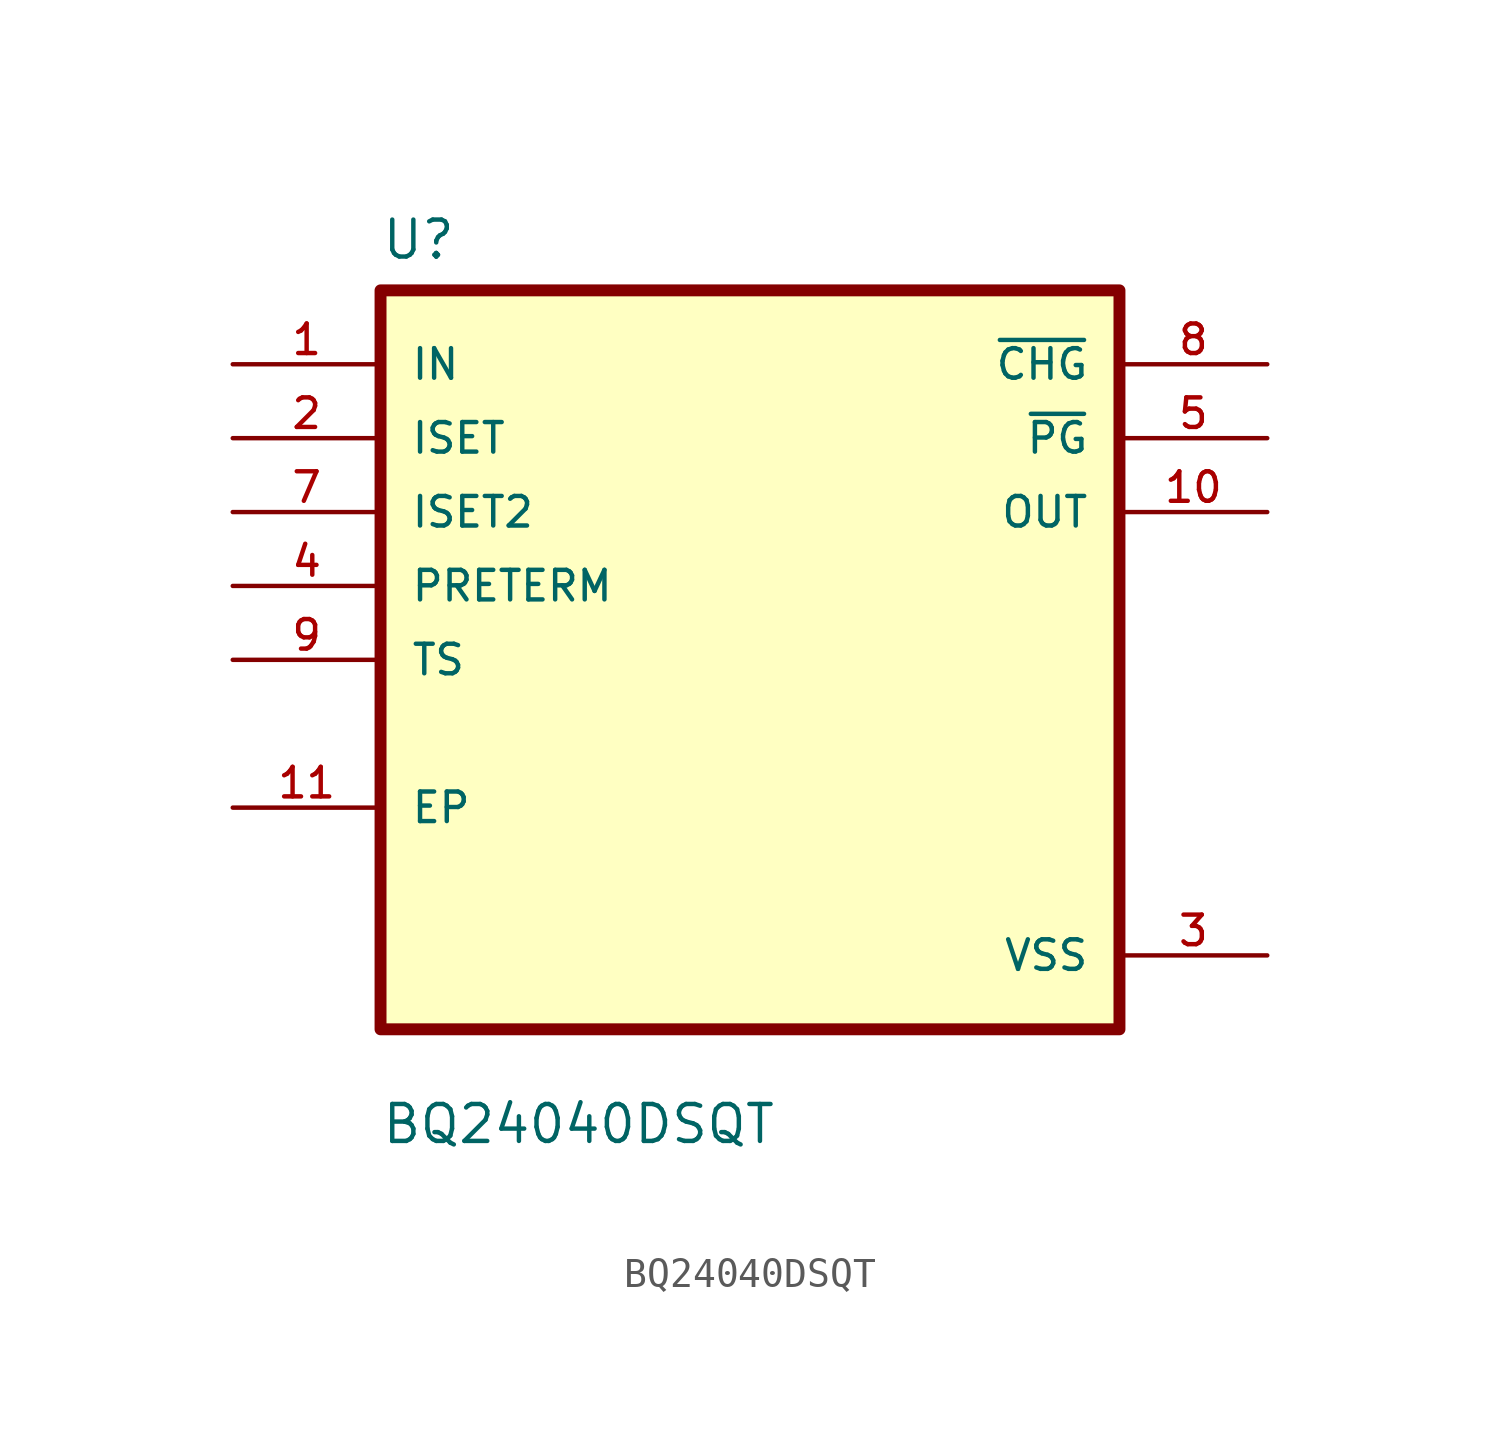
<source format=kicad_sym>
(kicad_symbol_lib
  (version 20211014)
  (generator kicad_symbol_editor)
  (symbol "BQ24040DSQT"
    (pin_names
      (offset 1.016))
    (property "Reference" "U"
      (at -12.7 13.7 0.0)
      (effects (font (size 1.27 1.27)) (justify bottom left)))
    (property "Value" "BQ24040DSQT"
      (at -12.7 -16.7 0.0)
      (effects (font (size 1.27 1.27)) (justify bottom left)))
    (symbol "BQ24040DSQT_0_0"
      (rectangle (start -12.7 -12.7) (end 12.7 12.7) (stroke (width 0.41)) (fill (type background)))
      (pin input line (at -17.78 10.16 0) (length 5.08) (name "IN" (effects (font (size 1.016 1.016)))) (number "1" (effects (font (size 1.016 1.016)))))
      (pin input line (at -17.78 7.62 0) (length 5.08) (name "ISET" (effects (font (size 1.016 1.016)))) (number "2" (effects (font (size 1.016 1.016)))))
      (pin input line (at -17.78 5.08 0) (length 5.08) (name "ISET2" (effects (font (size 1.016 1.016)))) (number "7" (effects (font (size 1.016 1.016)))))
      (pin input line (at -17.78 2.54 0) (length 5.08) (name "PRETERM" (effects (font (size 1.016 1.016)))) (number "4" (effects (font (size 1.016 1.016)))))
      (pin input line (at -17.78 0.0 0) (length 5.08) (name "TS" (effects (font (size 1.016 1.016)))) (number "9" (effects (font (size 1.016 1.016)))))
      (pin bidirectional line (at -17.78 -5.08 0) (length 5.08) (name "EP" (effects (font (size 1.016 1.016)))) (number "11" (effects (font (size 1.016 1.016)))))
      (pin output line (at 17.78 10.16 180.0) (length 5.08) (name "~{CHG}" (effects (font (size 1.016 1.016)))) (number "8" (effects (font (size 1.016 1.016)))))
      (pin output line (at 17.78 7.62 180.0) (length 5.08) (name "~{PG}" (effects (font (size 1.016 1.016)))) (number "5" (effects (font (size 1.016 1.016)))))
      (pin output line (at 17.78 5.08 180.0) (length 5.08) (name "OUT" (effects (font (size 1.016 1.016)))) (number "10" (effects (font (size 1.016 1.016)))))
      (pin power_in line (at 17.78 -10.16 180.0) (length 5.08) (name "VSS" (effects (font (size 1.016 1.016)))) (number "3" (effects (font (size 1.016 1.016))))))))
</source>
